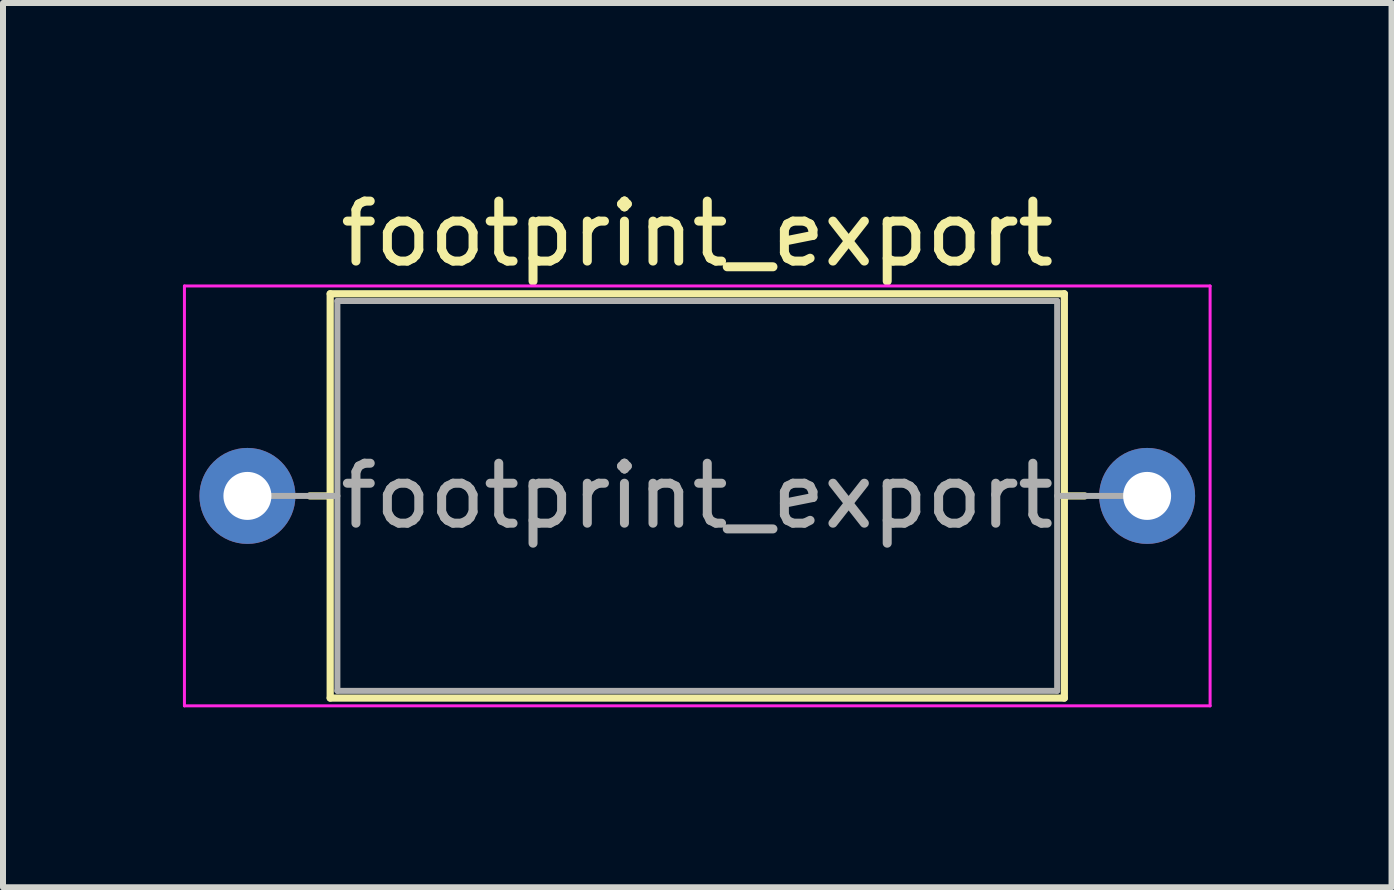
<source format=kicad_pcb>
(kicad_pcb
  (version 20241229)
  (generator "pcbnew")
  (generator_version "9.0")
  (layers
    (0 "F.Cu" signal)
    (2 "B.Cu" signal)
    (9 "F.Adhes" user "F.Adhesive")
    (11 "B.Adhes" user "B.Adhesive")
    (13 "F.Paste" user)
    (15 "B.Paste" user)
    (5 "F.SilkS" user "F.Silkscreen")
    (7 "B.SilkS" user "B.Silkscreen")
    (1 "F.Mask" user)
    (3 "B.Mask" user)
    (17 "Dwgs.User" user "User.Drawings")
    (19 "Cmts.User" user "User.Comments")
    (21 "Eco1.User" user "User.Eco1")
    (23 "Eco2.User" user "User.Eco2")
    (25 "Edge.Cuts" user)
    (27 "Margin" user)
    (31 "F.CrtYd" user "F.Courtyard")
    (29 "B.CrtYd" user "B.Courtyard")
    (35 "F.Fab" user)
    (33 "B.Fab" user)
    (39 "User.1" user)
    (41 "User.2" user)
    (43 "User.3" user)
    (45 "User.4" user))
  (footprint "footprint_export"
    (layer "F.Cu")
    (at 1.075 5.218)
    (property "Reference" "footprint_export" (at 7.5 -4.37 0) (layer "F.SilkS") (effects (font (size 1 1) (thickness 0.15))))
    (attr through_hole)
    (fp_line (start 1.04 0) (end 1.38 0) (stroke (width 0.12) (type solid)) (layer "F.SilkS"))
    (fp_line (start 1.38 -3.37) (end 1.38 3.37) (stroke (width 0.12) (type solid)) (layer "F.SilkS"))
    (fp_line (start 1.38 3.37) (end 13.62 3.37) (stroke (width 0.12) (type solid)) (layer "F.SilkS"))
    (fp_line (start 13.62 -3.37) (end 1.38 -3.37) (stroke (width 0.12) (type solid)) (layer "F.SilkS"))
    (fp_line (start 13.62 3.37) (end 13.62 -3.37) (stroke (width 0.12) (type solid)) (layer "F.SilkS"))
    (fp_line (start 13.96 0) (end 13.62 0) (stroke (width 0.12) (type solid)) (layer "F.SilkS"))
    (fp_line (start -1.05 -3.5) (end -1.05 3.5) (stroke (width 0.05) (type solid)) (layer "F.CrtYd"))
    (fp_line (start -1.05 3.5) (end 16.05 3.5) (stroke (width 0.05) (type solid)) (layer "F.CrtYd"))
    (fp_line (start 16.05 -3.5) (end -1.05 -3.5) (stroke (width 0.05) (type solid)) (layer "F.CrtYd"))
    (fp_line (start 16.05 3.5) (end 16.05 -3.5) (stroke (width 0.05) (type solid)) (layer "F.CrtYd"))
    (fp_line (start 0 0) (end 1.5 0) (stroke (width 0.1) (type solid)) (layer "F.Fab"))
    (fp_line (start 1.5 -3.25) (end 1.5 3.25) (stroke (width 0.1) (type solid)) (layer "F.Fab"))
    (fp_line (start 1.5 3.25) (end 13.5 3.25) (stroke (width 0.1) (type solid)) (layer "F.Fab"))
    (fp_line (start 13.5 -3.25) (end 1.5 -3.25) (stroke (width 0.1) (type solid)) (layer "F.Fab"))
    (fp_line (start 13.5 3.25) (end 13.5 -3.25) (stroke (width 0.1) (type solid)) (layer "F.Fab"))
    (fp_line (start 15 0) (end 13.5 0) (stroke (width 0.1) (type solid)) (layer "F.Fab"))
    (fp_text user "${REFERENCE}" (at 7.5 0 0) (layer "F.Fab") (effects (font (size 1 1) (thickness 0.15))))
    (pad "1" thru_hole circle (at 0 0) (size 1.6 1.6) (drill 0.8) (layers "*.Cu" "*.Mask"))
    (pad "2" thru_hole oval (at 15 0) (size 1.6 1.6) (drill 0.8) (layers "*.Cu" "*.Mask")))
  (gr_rect
    (start -3 -3)
    (end 20.15 11.743)
    (stroke (width 0.1) (type default))
    (fill no)
    (layer "Edge.Cuts")))
</source>
